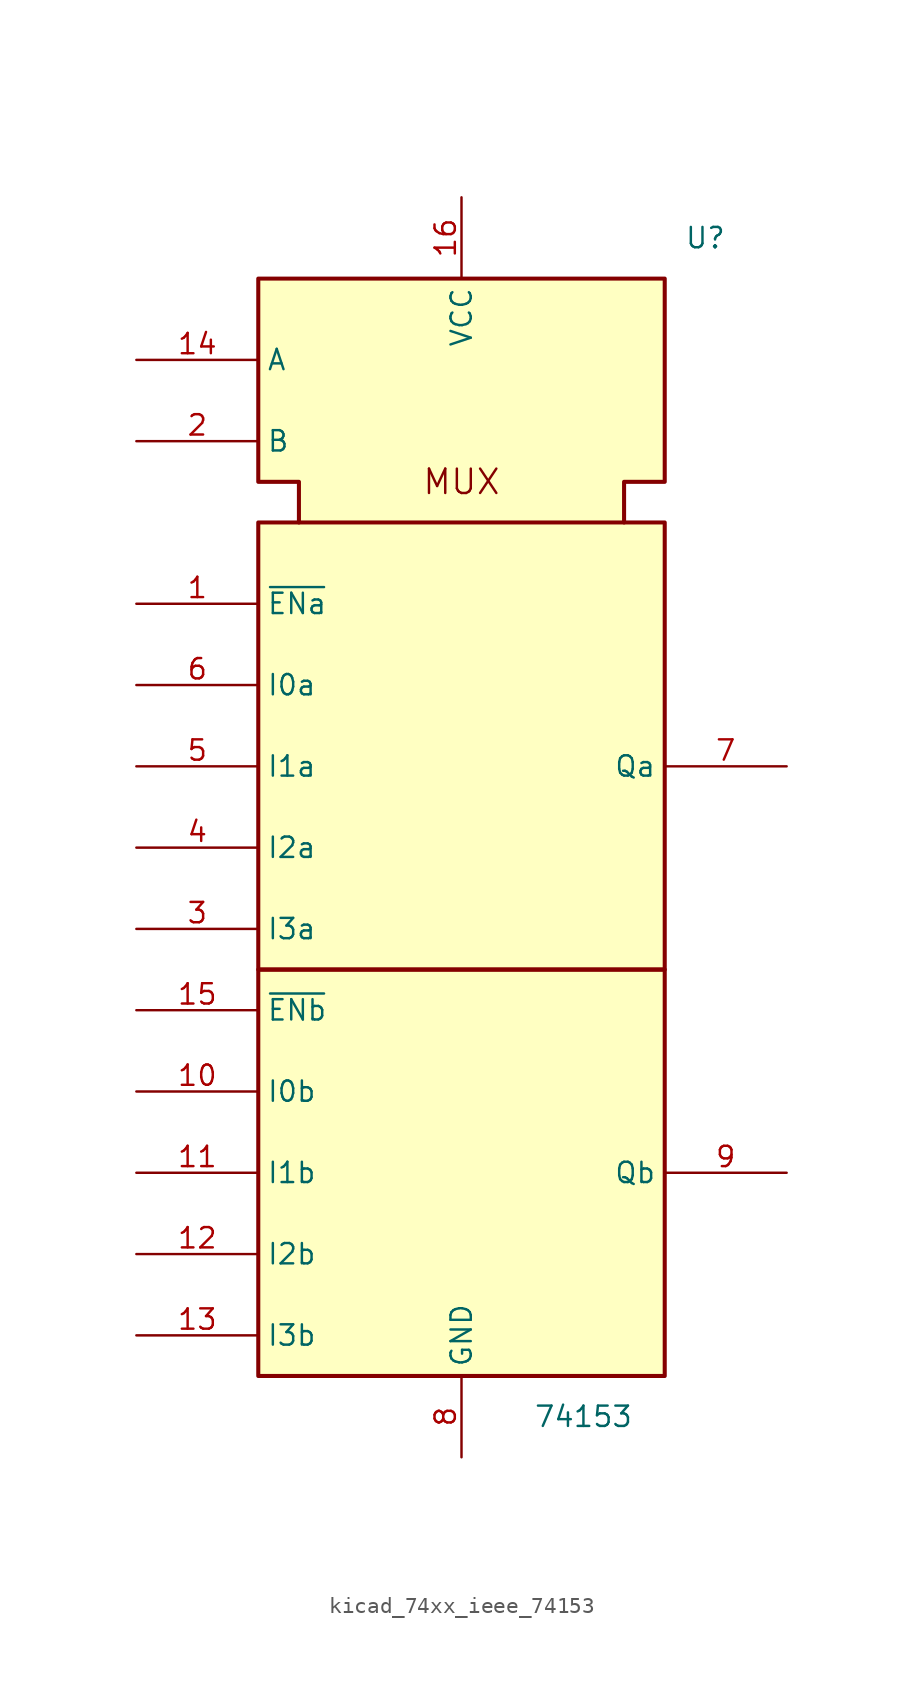
<source format=kicad_sym>
(kicad_symbol_lib
  (version 20220914)
  (generator kicad_symbol_editor)
  (symbol "kicad_74xx_ieee_74153"
    (property "Reference" "U"
      (at 15.24 40.64 0)
      (effects (font (size 1.27 1.27))))
    (property "Value" "74153"
      (at 7.62 -33.02 0)
      (effects (font (size 1.27 1.27))))
    (symbol "kicad_74xx_ieee_74153_0_0"
      (rectangle (start -12.7 -5.08) (end 12.7 -30.48) (stroke (width 0.254) (type default)) (fill (type background)))
      (rectangle (start -12.7 22.86) (end 12.7 -5.08) (stroke (width 0.254) (type default)) (fill (type background)))
      (polyline (pts (xy -10.16 22.86) (xy -10.16 25.4) (xy -12.7 25.4) (xy -12.7 38.1) (xy 12.7 38.1) (xy 12.7 25.4) (xy 10.16 25.4) (xy 10.16 22.86) (xy 10.16 22.86)) (stroke (width 0.254) (type default)) (fill (type background)))
      (text "MUX" (at 0 25.4 0) (effects (font (size 1.524 1.524))))
      (pin power_in line (at 0 43.18 270) (length 5.08) (name "VCC" (effects (font (size 1.27 1.27)))) (number "16" (effects (font (size 1.27 1.27)))))
      (pin power_in line (at 0 -35.56 90) (length 5.08) (name "GND" (effects (font (size 1.27 1.27)))) (number "8" (effects (font (size 1.27 1.27))))))
    (symbol "kicad_74xx_ieee_74153_1_1"
      (pin input line (at -20.32 17.78 0) (length 7.62) (name "~{ENa}" (effects (font (size 1.27 1.27)))) (number "1" (effects (font (size 1.27 1.27)))))
      (pin input line (at -20.32 -12.7 0) (length 7.62) (name "I0b" (effects (font (size 1.27 1.27)))) (number "10" (effects (font (size 1.27 1.27)))))
      (pin input line (at -20.32 -17.78 0) (length 7.62) (name "I1b" (effects (font (size 1.27 1.27)))) (number "11" (effects (font (size 1.27 1.27)))))
      (pin input line (at -20.32 -22.86 0) (length 7.62) (name "I2b" (effects (font (size 1.27 1.27)))) (number "12" (effects (font (size 1.27 1.27)))))
      (pin input line (at -20.32 -27.94 0) (length 7.62) (name "I3b" (effects (font (size 1.27 1.27)))) (number "13" (effects (font (size 1.27 1.27)))))
      (pin input line (at -20.32 33.02 0) (length 7.62) (name "A" (effects (font (size 1.27 1.27)))) (number "14" (effects (font (size 1.27 1.27)))))
      (pin input line (at -20.32 -7.62 0) (length 7.62) (name "~{ENb}" (effects (font (size 1.27 1.27)))) (number "15" (effects (font (size 1.27 1.27)))))
      (pin input line (at -20.32 27.94 0) (length 7.62) (name "B" (effects (font (size 1.27 1.27)))) (number "2" (effects (font (size 1.27 1.27)))))
      (pin input line (at -20.32 -2.54 0) (length 7.62) (name "I3a" (effects (font (size 1.27 1.27)))) (number "3" (effects (font (size 1.27 1.27)))))
      (pin input line (at -20.32 2.54 0) (length 7.62) (name "I2a" (effects (font (size 1.27 1.27)))) (number "4" (effects (font (size 1.27 1.27)))))
      (pin input line (at -20.32 7.62 0) (length 7.62) (name "I1a" (effects (font (size 1.27 1.27)))) (number "5" (effects (font (size 1.27 1.27)))))
      (pin input line (at -20.32 12.7 0) (length 7.62) (name "I0a" (effects (font (size 1.27 1.27)))) (number "6" (effects (font (size 1.27 1.27)))))
      (pin output line (at 20.32 7.62 180) (length 7.62) (name "Qa" (effects (font (size 1.27 1.27)))) (number "7" (effects (font (size 1.27 1.27)))))
      (pin output line (at 20.32 -17.78 180) (length 7.62) (name "Qb" (effects (font (size 1.27 1.27)))) (number "9" (effects (font (size 1.27 1.27))))))))
</source>
